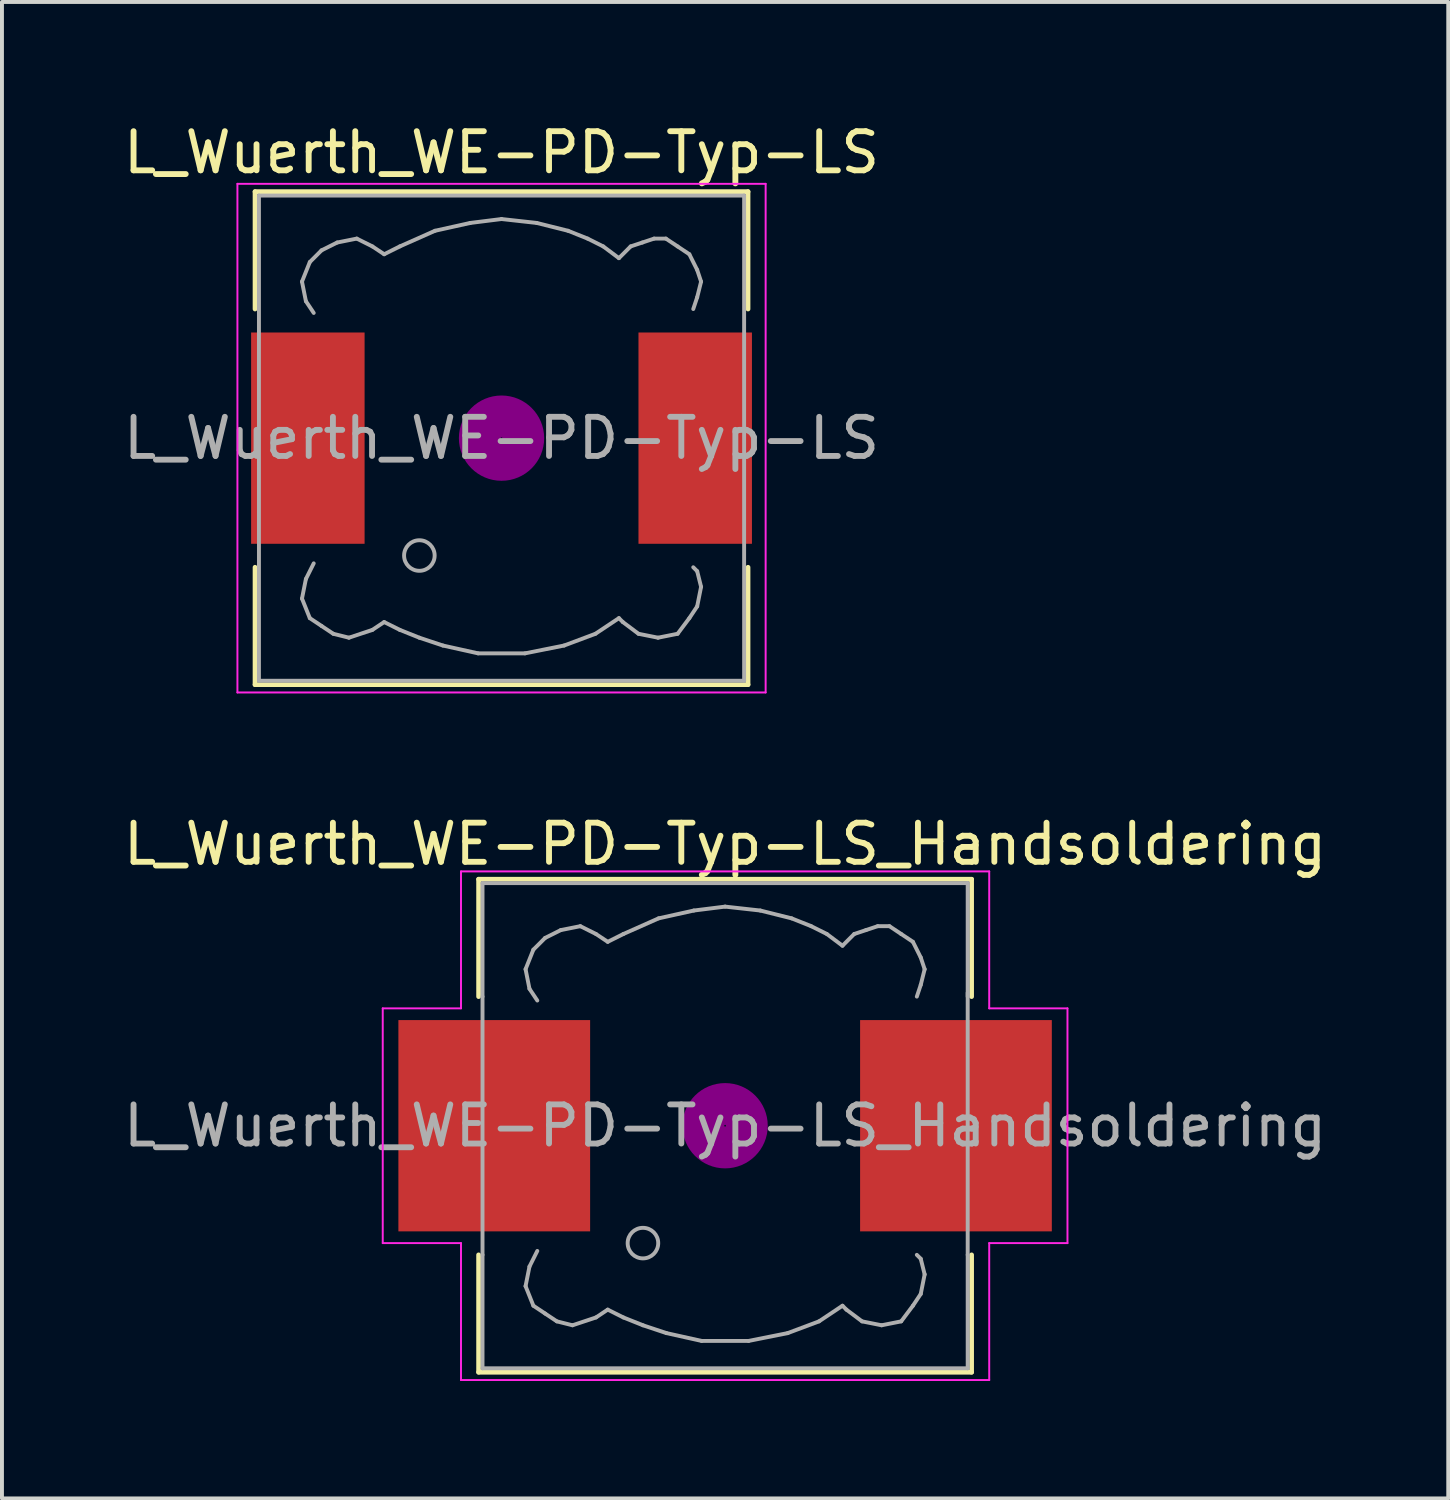
<source format=kicad_pcb>
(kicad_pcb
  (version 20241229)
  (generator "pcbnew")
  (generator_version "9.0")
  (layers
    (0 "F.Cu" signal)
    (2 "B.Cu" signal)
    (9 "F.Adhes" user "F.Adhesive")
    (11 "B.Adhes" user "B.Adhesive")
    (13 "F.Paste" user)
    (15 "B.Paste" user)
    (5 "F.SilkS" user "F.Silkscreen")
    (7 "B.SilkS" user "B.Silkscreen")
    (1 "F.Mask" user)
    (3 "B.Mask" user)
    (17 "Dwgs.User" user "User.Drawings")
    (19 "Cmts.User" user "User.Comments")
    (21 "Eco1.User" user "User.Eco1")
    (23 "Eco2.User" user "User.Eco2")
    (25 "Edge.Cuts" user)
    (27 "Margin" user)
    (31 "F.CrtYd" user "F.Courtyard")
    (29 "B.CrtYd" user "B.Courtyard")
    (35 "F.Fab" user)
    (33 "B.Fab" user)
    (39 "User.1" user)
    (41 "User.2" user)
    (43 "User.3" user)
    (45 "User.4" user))
  (footprint "L_Wuerth_WE-PD-Typ-LS_Handsoldering"
    (layer "F.Cu")
    (at 15.482 25.721)
    (property "Reference" "L_Wuerth_WE-PD-Typ-LS_Handsoldering" (at 0 -7.2 0) (layer "F.SilkS") (effects (font (size 1 1) (thickness 0.15))))
    (attr smd)
    (fp_line (start -6.3 -6.3) (end 6.3 -6.3) (stroke (width 0.12) (type solid)) (layer "F.SilkS"))
    (fp_line (start -6.3 -3.3) (end -6.3 -6.3) (stroke (width 0.12) (type solid)) (layer "F.SilkS"))
    (fp_line (start -6.3 6.3) (end -6.3 3.3) (stroke (width 0.12) (type solid)) (layer "F.SilkS"))
    (fp_line (start 6.3 -6.3) (end 6.3 -3.3) (stroke (width 0.12) (type solid)) (layer "F.SilkS"))
    (fp_line (start 6.3 3.3) (end 6.3 6.3) (stroke (width 0.12) (type solid)) (layer "F.SilkS"))
    (fp_line (start 6.3 6.3) (end -6.3 6.3) (stroke (width 0.12) (type solid)) (layer "F.SilkS"))
    (fp_circle (center 0 0) (end 0.15 0.15) (stroke (width 0.38) (type solid)) (fill no) (layer "F.Adhes"))
    (fp_circle (center 0 0) (end 0.55 0) (stroke (width 0.38) (type solid)) (fill no) (layer "F.Adhes"))
    (fp_circle (center 0 0) (end 0.9 0) (stroke (width 0.38) (type solid)) (fill no) (layer "F.Adhes"))
    (fp_line (start -8.75 -3) (end -6.75 -3) (stroke (width 0.05) (type solid)) (layer "F.CrtYd"))
    (fp_line (start -8.75 3) (end -8.75 -3) (stroke (width 0.05) (type solid)) (layer "F.CrtYd"))
    (fp_line (start -6.75 -6.5) (end 6.75 -6.5) (stroke (width 0.05) (type solid)) (layer "F.CrtYd"))
    (fp_line (start -6.75 -3) (end -6.75 -6.5) (stroke (width 0.05) (type solid)) (layer "F.CrtYd"))
    (fp_line (start -6.75 3) (end -8.75 3) (stroke (width 0.05) (type solid)) (layer "F.CrtYd"))
    (fp_line (start -6.75 6.5) (end -6.75 3) (stroke (width 0.05) (type solid)) (layer "F.CrtYd"))
    (fp_line (start 6.75 -6.5) (end 6.75 -3) (stroke (width 0.05) (type solid)) (layer "F.CrtYd"))
    (fp_line (start 6.75 -3) (end 8.75 -3) (stroke (width 0.05) (type solid)) (layer "F.CrtYd"))
    (fp_line (start 6.75 3) (end 6.75 6.5) (stroke (width 0.05) (type solid)) (layer "F.CrtYd"))
    (fp_line (start 6.75 6.5) (end -6.75 6.5) (stroke (width 0.05) (type solid)) (layer "F.CrtYd"))
    (fp_line (start 8.75 -3) (end 8.75 3) (stroke (width 0.05) (type solid)) (layer "F.CrtYd"))
    (fp_line (start 8.75 3) (end 6.75 3) (stroke (width 0.05) (type solid)) (layer "F.CrtYd"))
    (fp_line (start -6.2 -6.2) (end -6.2 -3.3) (stroke (width 0.1) (type solid)) (layer "F.Fab"))
    (fp_line (start -6.2 -3.3) (end -6.2 3.3) (stroke (width 0.1) (type solid)) (layer "F.Fab"))
    (fp_line (start -6.2 3.3) (end -6.2 6.2) (stroke (width 0.1) (type solid)) (layer "F.Fab"))
    (fp_line (start -6.2 6.2) (end 6.2 6.2) (stroke (width 0.1) (type solid)) (layer "F.Fab"))
    (fp_line (start -5.1 -4) (end -5 -3.5) (stroke (width 0.1) (type solid)) (layer "F.Fab"))
    (fp_line (start -5.1 4.1) (end -5 3.6) (stroke (width 0.1) (type solid)) (layer "F.Fab"))
    (fp_line (start -5 -3.5) (end -4.8 -3.2) (stroke (width 0.1) (type solid)) (layer "F.Fab"))
    (fp_line (start -5 3.6) (end -4.8 3.2) (stroke (width 0.1) (type solid)) (layer "F.Fab"))
    (fp_line (start -4.9 -4.5) (end -5.1 -4) (stroke (width 0.1) (type solid)) (layer "F.Fab"))
    (fp_line (start -4.9 4.6) (end -5.1 4.1) (stroke (width 0.1) (type solid)) (layer "F.Fab"))
    (fp_line (start -4.6 -4.8) (end -4.9 -4.5) (stroke (width 0.1) (type solid)) (layer "F.Fab"))
    (fp_line (start -4.6 4.8) (end -4.9 4.6) (stroke (width 0.1) (type solid)) (layer "F.Fab"))
    (fp_line (start -4.3 5) (end -4.6 4.8) (stroke (width 0.1) (type solid)) (layer "F.Fab"))
    (fp_line (start -4.2 -5) (end -4.6 -4.8) (stroke (width 0.1) (type solid)) (layer "F.Fab"))
    (fp_line (start -3.9 5.1) (end -4.3 5) (stroke (width 0.1) (type solid)) (layer "F.Fab"))
    (fp_line (start -3.7 -5.1) (end -4.2 -5) (stroke (width 0.1) (type solid)) (layer "F.Fab"))
    (fp_line (start -3.3 -4.9) (end -3.7 -5.1) (stroke (width 0.1) (type solid)) (layer "F.Fab"))
    (fp_line (start -3.3 4.9) (end -3.9 5.1) (stroke (width 0.1) (type solid)) (layer "F.Fab"))
    (fp_line (start -3 -4.7) (end -3.3 -4.9) (stroke (width 0.1) (type solid)) (layer "F.Fab"))
    (fp_line (start -3 4.7) (end -3.3 4.9) (stroke (width 0.1) (type solid)) (layer "F.Fab"))
    (fp_line (start -2.6 -4.9) (end -3 -4.7) (stroke (width 0.1) (type solid)) (layer "F.Fab"))
    (fp_line (start -2.6 4.9) (end -3 4.7) (stroke (width 0.1) (type solid)) (layer "F.Fab"))
    (fp_line (start -2.1 5.1) (end -2.6 4.9) (stroke (width 0.1) (type solid)) (layer "F.Fab"))
    (fp_line (start -1.7 -5.3) (end -2.6 -4.9) (stroke (width 0.1) (type solid)) (layer "F.Fab"))
    (fp_line (start -1.5 5.3) (end -2.1 5.1) (stroke (width 0.1) (type solid)) (layer "F.Fab"))
    (fp_line (start -0.8 -5.5) (end -1.7 -5.3) (stroke (width 0.1) (type solid)) (layer "F.Fab"))
    (fp_line (start -0.6 5.5) (end -1.5 5.3) (stroke (width 0.1) (type solid)) (layer "F.Fab"))
    (fp_line (start 0 -5.6) (end -0.8 -5.5) (stroke (width 0.1) (type solid)) (layer "F.Fab"))
    (fp_line (start 0.6 5.5) (end -0.6 5.5) (stroke (width 0.1) (type solid)) (layer "F.Fab"))
    (fp_line (start 0.9 -5.5) (end 0 -5.6) (stroke (width 0.1) (type solid)) (layer "F.Fab"))
    (fp_line (start 1.6 5.3) (end 0.6 5.5) (stroke (width 0.1) (type solid)) (layer "F.Fab"))
    (fp_line (start 1.7 -5.3) (end 0.9 -5.5) (stroke (width 0.1) (type solid)) (layer "F.Fab"))
    (fp_line (start 2.2 -5.1) (end 1.7 -5.3) (stroke (width 0.1) (type solid)) (layer "F.Fab"))
    (fp_line (start 2.4 5) (end 1.6 5.3) (stroke (width 0.1) (type solid)) (layer "F.Fab"))
    (fp_line (start 2.6 -4.9) (end 2.2 -5.1) (stroke (width 0.1) (type solid)) (layer "F.Fab"))
    (fp_line (start 3 -4.6) (end 2.6 -4.9) (stroke (width 0.1) (type solid)) (layer "F.Fab"))
    (fp_line (start 3 4.6) (end 2.4 5) (stroke (width 0.1) (type solid)) (layer "F.Fab"))
    (fp_line (start 3.1 4.7) (end 3 4.6) (stroke (width 0.1) (type solid)) (layer "F.Fab"))
    (fp_line (start 3.3 -4.9) (end 3 -4.6) (stroke (width 0.1) (type solid)) (layer "F.Fab"))
    (fp_line (start 3.5 5) (end 3.1 4.7) (stroke (width 0.1) (type solid)) (layer "F.Fab"))
    (fp_line (start 3.6 -5) (end 3.3 -4.9) (stroke (width 0.1) (type solid)) (layer "F.Fab"))
    (fp_line (start 3.9 -5.1) (end 3.6 -5) (stroke (width 0.1) (type solid)) (layer "F.Fab"))
    (fp_line (start 4 5.1) (end 3.5 5) (stroke (width 0.1) (type solid)) (layer "F.Fab"))
    (fp_line (start 4.2 -5.1) (end 3.9 -5.1) (stroke (width 0.1) (type solid)) (layer "F.Fab"))
    (fp_line (start 4.5 -4.9) (end 4.2 -5.1) (stroke (width 0.1) (type solid)) (layer "F.Fab"))
    (fp_line (start 4.5 5) (end 4 5.1) (stroke (width 0.1) (type solid)) (layer "F.Fab"))
    (fp_line (start 4.8 -4.7) (end 4.5 -4.9) (stroke (width 0.1) (type solid)) (layer "F.Fab"))
    (fp_line (start 4.8 4.6) (end 4.5 5) (stroke (width 0.1) (type solid)) (layer "F.Fab"))
    (fp_line (start 4.9 -3.3) (end 5 -3.6) (stroke (width 0.1) (type solid)) (layer "F.Fab"))
    (fp_line (start 4.9 3.3) (end 5 3.4) (stroke (width 0.1) (type solid)) (layer "F.Fab"))
    (fp_line (start 5 -4.3) (end 4.8 -4.7) (stroke (width 0.1) (type solid)) (layer "F.Fab"))
    (fp_line (start 5 -3.6) (end 5.1 -4) (stroke (width 0.1) (type solid)) (layer "F.Fab"))
    (fp_line (start 5 3.4) (end 5.1 3.8) (stroke (width 0.1) (type solid)) (layer "F.Fab"))
    (fp_line (start 5 4.3) (end 4.8 4.6) (stroke (width 0.1) (type solid)) (layer "F.Fab"))
    (fp_line (start 5.1 -4) (end 5 -4.3) (stroke (width 0.1) (type solid)) (layer "F.Fab"))
    (fp_line (start 5.1 3.8) (end 5 4.3) (stroke (width 0.1) (type solid)) (layer "F.Fab"))
    (fp_line (start 6.2 -6.2) (end -6.2 -6.2) (stroke (width 0.1) (type solid)) (layer "F.Fab"))
    (fp_line (start 6.2 -6.2) (end 6.2 -3.3) (stroke (width 0.1) (type solid)) (layer "F.Fab"))
    (fp_line (start 6.2 3.3) (end 6.2 -3.4) (stroke (width 0.1) (type solid)) (layer "F.Fab"))
    (fp_line (start 6.2 6.2) (end 6.2 3.3) (stroke (width 0.1) (type solid)) (layer "F.Fab"))
    (fp_circle (center -2.1 3) (end -1.8 3.25) (stroke (width 0.1) (type solid)) (fill no) (layer "F.Fab"))
    (fp_text user "${REFERENCE}" (at 0 0 0) (layer "F.Fab") (effects (font (size 1 1) (thickness 0.15))))
    (pad "1" smd rect (at -5.9 0) (size 4.9 5.4) (layers "F.Cu" "F.Mask" "F.Paste"))
    (pad "2" smd rect (at 5.9 0) (size 4.9 5.4) (layers "F.Cu" "F.Mask" "F.Paste")))
  (footprint "L_Wuerth_WE-PD-Typ-LS"
    (layer "F.Cu")
    (at 9.768 8.148)
    (property "Reference" "L_Wuerth_WE-PD-Typ-LS" (at 0 -7.3 0) (layer "F.SilkS") (effects (font (size 1 1) (thickness 0.15))))
    (attr smd)
    (fp_line (start -6.3 -6.3) (end 6.3 -6.3) (stroke (width 0.12) (type solid)) (layer "F.SilkS"))
    (fp_line (start -6.3 -3.3) (end -6.3 -6.3) (stroke (width 0.12) (type solid)) (layer "F.SilkS"))
    (fp_line (start -6.3 6.3) (end -6.3 3.3) (stroke (width 0.12) (type solid)) (layer "F.SilkS"))
    (fp_line (start 6.3 -6.3) (end 6.3 -3.3) (stroke (width 0.12) (type solid)) (layer "F.SilkS"))
    (fp_line (start 6.3 3.3) (end 6.3 6.3) (stroke (width 0.12) (type solid)) (layer "F.SilkS"))
    (fp_line (start 6.3 6.3) (end -6.3 6.3) (stroke (width 0.12) (type solid)) (layer "F.SilkS"))
    (fp_circle (center 0 0) (end 0.15 0.15) (stroke (width 0.38) (type solid)) (fill no) (layer "F.Adhes"))
    (fp_circle (center 0 0) (end 0.55 0) (stroke (width 0.38) (type solid)) (fill no) (layer "F.Adhes"))
    (fp_circle (center 0 0) (end 0.9 0) (stroke (width 0.38) (type solid)) (fill no) (layer "F.Adhes"))
    (fp_line (start -6.75 -6.5) (end 6.75 -6.5) (stroke (width 0.05) (type solid)) (layer "F.CrtYd"))
    (fp_line (start -6.75 6.5) (end -6.75 -6.5) (stroke (width 0.05) (type solid)) (layer "F.CrtYd"))
    (fp_line (start 6.75 -6.5) (end 6.75 6.5) (stroke (width 0.05) (type solid)) (layer "F.CrtYd"))
    (fp_line (start 6.75 6.5) (end -6.75 6.5) (stroke (width 0.05) (type solid)) (layer "F.CrtYd"))
    (fp_line (start -6.2 -6.2) (end -6.2 6.2) (stroke (width 0.1) (type solid)) (layer "F.Fab"))
    (fp_line (start -6.2 6.2) (end 6.2 6.2) (stroke (width 0.1) (type solid)) (layer "F.Fab"))
    (fp_line (start -5.1 -4) (end -5 -3.5) (stroke (width 0.1) (type solid)) (layer "F.Fab"))
    (fp_line (start -5.1 4.1) (end -5 3.6) (stroke (width 0.1) (type solid)) (layer "F.Fab"))
    (fp_line (start -5 -3.5) (end -4.8 -3.2) (stroke (width 0.1) (type solid)) (layer "F.Fab"))
    (fp_line (start -5 3.6) (end -4.8 3.2) (stroke (width 0.1) (type solid)) (layer "F.Fab"))
    (fp_line (start -4.9 -4.5) (end -5.1 -4) (stroke (width 0.1) (type solid)) (layer "F.Fab"))
    (fp_line (start -4.9 4.6) (end -5.1 4.1) (stroke (width 0.1) (type solid)) (layer "F.Fab"))
    (fp_line (start -4.6 -4.8) (end -4.9 -4.5) (stroke (width 0.1) (type solid)) (layer "F.Fab"))
    (fp_line (start -4.6 4.8) (end -4.9 4.6) (stroke (width 0.1) (type solid)) (layer "F.Fab"))
    (fp_line (start -4.3 5) (end -4.6 4.8) (stroke (width 0.1) (type solid)) (layer "F.Fab"))
    (fp_line (start -4.2 -5) (end -4.6 -4.8) (stroke (width 0.1) (type solid)) (layer "F.Fab"))
    (fp_line (start -3.9 5.1) (end -4.3 5) (stroke (width 0.1) (type solid)) (layer "F.Fab"))
    (fp_line (start -3.7 -5.1) (end -4.2 -5) (stroke (width 0.1) (type solid)) (layer "F.Fab"))
    (fp_line (start -3.3 -4.9) (end -3.7 -5.1) (stroke (width 0.1) (type solid)) (layer "F.Fab"))
    (fp_line (start -3.3 4.9) (end -3.9 5.1) (stroke (width 0.1) (type solid)) (layer "F.Fab"))
    (fp_line (start -3 -4.7) (end -3.3 -4.9) (stroke (width 0.1) (type solid)) (layer "F.Fab"))
    (fp_line (start -3 4.7) (end -3.3 4.9) (stroke (width 0.1) (type solid)) (layer "F.Fab"))
    (fp_line (start -2.6 -4.9) (end -3 -4.7) (stroke (width 0.1) (type solid)) (layer "F.Fab"))
    (fp_line (start -2.6 4.9) (end -3 4.7) (stroke (width 0.1) (type solid)) (layer "F.Fab"))
    (fp_line (start -2.1 5.1) (end -2.6 4.9) (stroke (width 0.1) (type solid)) (layer "F.Fab"))
    (fp_line (start -1.7 -5.3) (end -2.6 -4.9) (stroke (width 0.1) (type solid)) (layer "F.Fab"))
    (fp_line (start -1.5 5.3) (end -2.1 5.1) (stroke (width 0.1) (type solid)) (layer "F.Fab"))
    (fp_line (start -0.8 -5.5) (end -1.7 -5.3) (stroke (width 0.1) (type solid)) (layer "F.Fab"))
    (fp_line (start -0.6 5.5) (end -1.5 5.3) (stroke (width 0.1) (type solid)) (layer "F.Fab"))
    (fp_line (start 0 -5.6) (end -0.8 -5.5) (stroke (width 0.1) (type solid)) (layer "F.Fab"))
    (fp_line (start 0.6 5.5) (end -0.6 5.5) (stroke (width 0.1) (type solid)) (layer "F.Fab"))
    (fp_line (start 0.9 -5.5) (end 0 -5.6) (stroke (width 0.1) (type solid)) (layer "F.Fab"))
    (fp_line (start 1.6 5.3) (end 0.6 5.5) (stroke (width 0.1) (type solid)) (layer "F.Fab"))
    (fp_line (start 1.7 -5.3) (end 0.9 -5.5) (stroke (width 0.1) (type solid)) (layer "F.Fab"))
    (fp_line (start 2.2 -5.1) (end 1.7 -5.3) (stroke (width 0.1) (type solid)) (layer "F.Fab"))
    (fp_line (start 2.4 5) (end 1.6 5.3) (stroke (width 0.1) (type solid)) (layer "F.Fab"))
    (fp_line (start 2.6 -4.9) (end 2.2 -5.1) (stroke (width 0.1) (type solid)) (layer "F.Fab"))
    (fp_line (start 3 -4.6) (end 2.6 -4.9) (stroke (width 0.1) (type solid)) (layer "F.Fab"))
    (fp_line (start 3 4.6) (end 2.4 5) (stroke (width 0.1) (type solid)) (layer "F.Fab"))
    (fp_line (start 3.1 4.7) (end 3 4.6) (stroke (width 0.1) (type solid)) (layer "F.Fab"))
    (fp_line (start 3.3 -4.9) (end 3 -4.6) (stroke (width 0.1) (type solid)) (layer "F.Fab"))
    (fp_line (start 3.5 5) (end 3.1 4.7) (stroke (width 0.1) (type solid)) (layer "F.Fab"))
    (fp_line (start 3.6 -5) (end 3.3 -4.9) (stroke (width 0.1) (type solid)) (layer "F.Fab"))
    (fp_line (start 3.9 -5.1) (end 3.6 -5) (stroke (width 0.1) (type solid)) (layer "F.Fab"))
    (fp_line (start 4 5.1) (end 3.5 5) (stroke (width 0.1) (type solid)) (layer "F.Fab"))
    (fp_line (start 4.2 -5.1) (end 3.9 -5.1) (stroke (width 0.1) (type solid)) (layer "F.Fab"))
    (fp_line (start 4.5 -4.9) (end 4.2 -5.1) (stroke (width 0.1) (type solid)) (layer "F.Fab"))
    (fp_line (start 4.5 5) (end 4 5.1) (stroke (width 0.1) (type solid)) (layer "F.Fab"))
    (fp_line (start 4.8 -4.7) (end 4.5 -4.9) (stroke (width 0.1) (type solid)) (layer "F.Fab"))
    (fp_line (start 4.8 4.6) (end 4.5 5) (stroke (width 0.1) (type solid)) (layer "F.Fab"))
    (fp_line (start 4.9 -3.3) (end 5 -3.6) (stroke (width 0.1) (type solid)) (layer "F.Fab"))
    (fp_line (start 4.9 3.3) (end 5 3.4) (stroke (width 0.1) (type solid)) (layer "F.Fab"))
    (fp_line (start 5 -4.3) (end 4.8 -4.7) (stroke (width 0.1) (type solid)) (layer "F.Fab"))
    (fp_line (start 5 -3.6) (end 5.1 -4) (stroke (width 0.1) (type solid)) (layer "F.Fab"))
    (fp_line (start 5 3.4) (end 5.1 3.8) (stroke (width 0.1) (type solid)) (layer "F.Fab"))
    (fp_line (start 5 4.3) (end 4.8 4.6) (stroke (width 0.1) (type solid)) (layer "F.Fab"))
    (fp_line (start 5.1 -4) (end 5 -4.3) (stroke (width 0.1) (type solid)) (layer "F.Fab"))
    (fp_line (start 5.1 3.8) (end 5 4.3) (stroke (width 0.1) (type solid)) (layer "F.Fab"))
    (fp_line (start 6.2 -6.2) (end -6.2 -6.2) (stroke (width 0.1) (type solid)) (layer "F.Fab"))
    (fp_line (start 6.2 6.2) (end 6.2 -6.2) (stroke (width 0.1) (type solid)) (layer "F.Fab"))
    (fp_circle (center -2.1 3) (end -1.8 3.25) (stroke (width 0.1) (type solid)) (fill no) (layer "F.Fab"))
    (fp_text user "${REFERENCE}" (at 0 0 0) (layer "F.Fab") (effects (font (size 1 1) (thickness 0.15))))
    (pad "1" smd rect (at -4.95 0) (size 2.9 5.4) (layers "F.Cu" "F.Mask" "F.Paste"))
    (pad "2" smd rect (at 4.95 0) (size 2.9 5.4) (layers "F.Cu" "F.Mask" "F.Paste")))
  (gr_rect
    (start -3 -3)
    (end 33.964 35.246)
    (stroke (width 0.1) (type default))
    (fill no)
    (layer "Edge.Cuts")))
</source>
